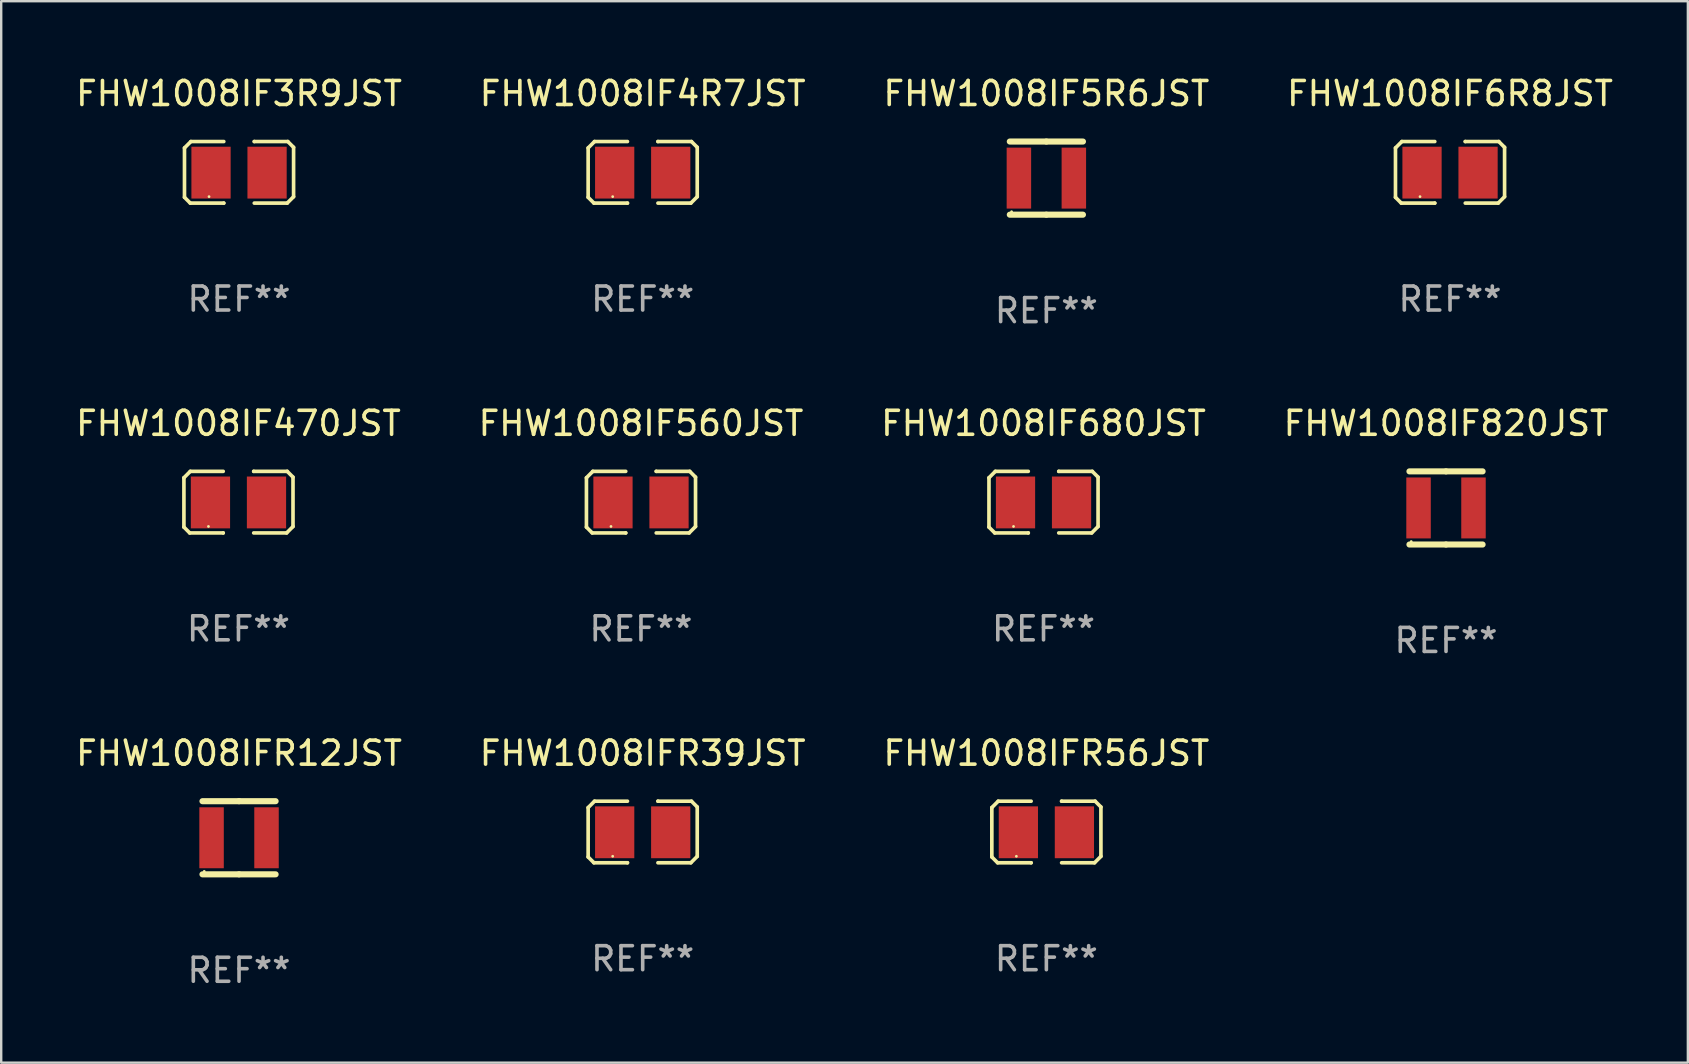
<source format=kicad_pcb>
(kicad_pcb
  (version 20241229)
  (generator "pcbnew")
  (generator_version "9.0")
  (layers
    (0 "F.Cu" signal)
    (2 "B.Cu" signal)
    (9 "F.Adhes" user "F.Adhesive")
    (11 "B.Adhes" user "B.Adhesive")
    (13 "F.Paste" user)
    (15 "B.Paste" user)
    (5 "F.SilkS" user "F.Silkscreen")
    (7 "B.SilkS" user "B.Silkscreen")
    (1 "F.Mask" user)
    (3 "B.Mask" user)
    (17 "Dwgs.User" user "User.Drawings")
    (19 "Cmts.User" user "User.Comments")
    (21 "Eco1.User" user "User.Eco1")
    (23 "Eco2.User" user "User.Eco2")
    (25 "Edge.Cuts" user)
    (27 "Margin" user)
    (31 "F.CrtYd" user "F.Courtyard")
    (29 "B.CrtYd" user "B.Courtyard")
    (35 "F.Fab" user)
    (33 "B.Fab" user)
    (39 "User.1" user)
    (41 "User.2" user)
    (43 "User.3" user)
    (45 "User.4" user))
  (footprint "FHW1008IF3R9JST"
    (layer "F.Cu")
    (at 6.911 4.131)
    (property "Reference" "FHW1008IF3R9JST" (at 0 -3.283 0) (layer "F.SilkS") (effects (font (size 1 1) (thickness 0.15))))
    (attr through_hole)
    (fp_line (start -2.273 -1.016) (end -2.007 -1.283) (stroke (width 0.152) (type solid)) (layer "F.SilkS"))
    (fp_line (start -2.273 1.041) (end -2.273 -1.016) (stroke (width 0.152) (type solid)) (layer "F.SilkS"))
    (fp_line (start -2.032 1.283) (end -2.273 1.041) (stroke (width 0.152) (type solid)) (layer "F.SilkS"))
    (fp_line (start -2.007 -1.283) (end -0.635 -1.283) (stroke (width 0.152) (type solid)) (layer "F.SilkS"))
    (fp_line (start -0.635 1.283) (end -2.032 1.283) (stroke (width 0.152) (type solid)) (layer "F.SilkS"))
    (fp_line (start -0.635 1.283) (end -0.635 1.283) (stroke (width 0.152) (type solid)) (layer "F.SilkS"))
    (fp_line (start 0.635 -1.283) (end 0.635 -1.283) (stroke (width 0.152) (type solid)) (layer "F.SilkS"))
    (fp_line (start 0.635 -1.283) (end 2.032 -1.283) (stroke (width 0.152) (type solid)) (layer "F.SilkS"))
    (fp_line (start 2.007 1.283) (end 0.635 1.283) (stroke (width 0.152) (type solid)) (layer "F.SilkS"))
    (fp_line (start 2.032 -1.283) (end 2.273 -1.041) (stroke (width 0.152) (type solid)) (layer "F.SilkS"))
    (fp_line (start 2.273 -1.041) (end 2.273 1.016) (stroke (width 0.152) (type solid)) (layer "F.SilkS"))
    (fp_line (start 2.273 1.016) (end 2.007 1.283) (stroke (width 0.152) (type solid)) (layer "F.SilkS"))
    (fp_circle (center -1.25 1.013) (end -1.22 1.013) (stroke (width 0.06) (type solid)) (fill no) (layer "F.SilkS"))
    (fp_text user "REF**" (at 0 5.283 0) (layer "F.Fab") (effects (font (size 1 1) (thickness 0.15))))
    (pad "1" smd rect (at -1.167 0.013) (size 1.635 2.16) (layers "F.Cu" "F.Mask" "F.Paste"))
    (pad "2" smd rect (at 1.168 0.013) (size 1.635 2.16) (layers "F.Cu" "F.Mask" "F.Paste")))
  (footprint "FHW1008IF4R7JST"
    (layer "F.Cu")
    (at 23.732 4.131)
    (property "Reference" "FHW1008IF4R7JST" (at 0 -3.283 0) (layer "F.SilkS") (effects (font (size 1 1) (thickness 0.15))))
    (attr through_hole)
    (fp_line (start -2.273 -1.016) (end -2.007 -1.283) (stroke (width 0.152) (type solid)) (layer "F.SilkS"))
    (fp_line (start -2.273 1.041) (end -2.273 -1.016) (stroke (width 0.152) (type solid)) (layer "F.SilkS"))
    (fp_line (start -2.032 1.283) (end -2.273 1.041) (stroke (width 0.152) (type solid)) (layer "F.SilkS"))
    (fp_line (start -2.007 -1.283) (end -0.635 -1.283) (stroke (width 0.152) (type solid)) (layer "F.SilkS"))
    (fp_line (start -0.635 1.283) (end -2.032 1.283) (stroke (width 0.152) (type solid)) (layer "F.SilkS"))
    (fp_line (start -0.635 1.283) (end -0.635 1.283) (stroke (width 0.152) (type solid)) (layer "F.SilkS"))
    (fp_line (start 0.635 -1.283) (end 0.635 -1.283) (stroke (width 0.152) (type solid)) (layer "F.SilkS"))
    (fp_line (start 0.635 -1.283) (end 2.032 -1.283) (stroke (width 0.152) (type solid)) (layer "F.SilkS"))
    (fp_line (start 2.007 1.283) (end 0.635 1.283) (stroke (width 0.152) (type solid)) (layer "F.SilkS"))
    (fp_line (start 2.032 -1.283) (end 2.273 -1.041) (stroke (width 0.152) (type solid)) (layer "F.SilkS"))
    (fp_line (start 2.273 -1.041) (end 2.273 1.016) (stroke (width 0.152) (type solid)) (layer "F.SilkS"))
    (fp_line (start 2.273 1.016) (end 2.007 1.283) (stroke (width 0.152) (type solid)) (layer "F.SilkS"))
    (fp_circle (center -1.25 1.013) (end -1.22 1.013) (stroke (width 0.06) (type solid)) (fill no) (layer "F.SilkS"))
    (fp_text user "REF**" (at 0 5.283 0) (layer "F.Fab") (effects (font (size 1 1) (thickness 0.15))))
    (pad "1" smd rect (at -1.167 0.013) (size 1.635 2.16) (layers "F.Cu" "F.Mask" "F.Paste"))
    (pad "2" smd rect (at 1.168 0.013) (size 1.635 2.16) (layers "F.Cu" "F.Mask" "F.Paste")))
  (footprint "FHW1008IF820JST"
    (layer "F.Cu")
    (at 57.208 18.117)
    (property "Reference" "FHW1008IF820JST" (at 0 -3.524 0) (layer "F.SilkS") (effects (font (size 1 1) (thickness 0.15))))
    (attr through_hole)
    (fp_line (start -1.524 -1.524) (end 0 -1.524) (stroke (width 0.254) (type solid)) (layer "F.SilkS"))
    (fp_line (start 0 -1.524) (end 1.524 -1.524) (stroke (width 0.254) (type solid)) (layer "F.SilkS"))
    (fp_line (start 0 1.524) (end -1.524 1.524) (stroke (width 0.254) (type solid)) (layer "F.SilkS"))
    (fp_line (start 1.524 1.524) (end 0 1.524) (stroke (width 0.254) (type solid)) (layer "F.SilkS"))
    (fp_circle (center -1.45 1.4) (end -1.42 1.4) (stroke (width 0.06) (type solid)) (fill no) (layer "F.SilkS"))
    (fp_text user "REF**" (at 0 5.524 0) (layer "F.Fab") (effects (font (size 1 1) (thickness 0.15))))
    (pad "1" smd rect (at -1.145 0) (size 1.02 2.54) (layers "F.Cu" "F.Mask" "F.Paste"))
    (pad "2" smd rect (at 1.145 0) (size 1.02 2.54) (layers "F.Cu" "F.Mask" "F.Paste")))
  (footprint "FHW1008IF560JST"
    (layer "F.Cu")
    (at 23.661 17.875)
    (property "Reference" "FHW1008IF560JST" (at 0 -3.283 0) (layer "F.SilkS") (effects (font (size 1 1) (thickness 0.15))))
    (attr through_hole)
    (fp_line (start -2.273 -1.016) (end -2.007 -1.283) (stroke (width 0.152) (type solid)) (layer "F.SilkS"))
    (fp_line (start -2.273 1.041) (end -2.273 -1.016) (stroke (width 0.152) (type solid)) (layer "F.SilkS"))
    (fp_line (start -2.032 1.283) (end -2.273 1.041) (stroke (width 0.152) (type solid)) (layer "F.SilkS"))
    (fp_line (start -2.007 -1.283) (end -0.635 -1.283) (stroke (width 0.152) (type solid)) (layer "F.SilkS"))
    (fp_line (start -0.635 1.283) (end -2.032 1.283) (stroke (width 0.152) (type solid)) (layer "F.SilkS"))
    (fp_line (start -0.635 1.283) (end -0.635 1.283) (stroke (width 0.152) (type solid)) (layer "F.SilkS"))
    (fp_line (start 0.635 -1.283) (end 0.635 -1.283) (stroke (width 0.152) (type solid)) (layer "F.SilkS"))
    (fp_line (start 0.635 -1.283) (end 2.032 -1.283) (stroke (width 0.152) (type solid)) (layer "F.SilkS"))
    (fp_line (start 2.007 1.283) (end 0.635 1.283) (stroke (width 0.152) (type solid)) (layer "F.SilkS"))
    (fp_line (start 2.032 -1.283) (end 2.273 -1.041) (stroke (width 0.152) (type solid)) (layer "F.SilkS"))
    (fp_line (start 2.273 -1.041) (end 2.273 1.016) (stroke (width 0.152) (type solid)) (layer "F.SilkS"))
    (fp_line (start 2.273 1.016) (end 2.007 1.283) (stroke (width 0.152) (type solid)) (layer "F.SilkS"))
    (fp_circle (center -1.25 1.013) (end -1.22 1.013) (stroke (width 0.06) (type solid)) (fill no) (layer "F.SilkS"))
    (fp_text user "REF**" (at 0 5.283 0) (layer "F.Fab") (effects (font (size 1 1) (thickness 0.15))))
    (pad "1" smd rect (at -1.167 0.013) (size 1.635 2.16) (layers "F.Cu" "F.Mask" "F.Paste"))
    (pad "2" smd rect (at 1.168 0.013) (size 1.635 2.16) (layers "F.Cu" "F.Mask" "F.Paste")))
  (footprint "FHW1008IF6R8JST"
    (layer "F.Cu")
    (at 57.375 4.131)
    (property "Reference" "FHW1008IF6R8JST" (at 0 -3.283 0) (layer "F.SilkS") (effects (font (size 1 1) (thickness 0.15))))
    (attr through_hole)
    (fp_line (start -2.273 -1.016) (end -2.007 -1.283) (stroke (width 0.152) (type solid)) (layer "F.SilkS"))
    (fp_line (start -2.273 1.041) (end -2.273 -1.016) (stroke (width 0.152) (type solid)) (layer "F.SilkS"))
    (fp_line (start -2.032 1.283) (end -2.273 1.041) (stroke (width 0.152) (type solid)) (layer "F.SilkS"))
    (fp_line (start -2.007 -1.283) (end -0.635 -1.283) (stroke (width 0.152) (type solid)) (layer "F.SilkS"))
    (fp_line (start -0.635 1.283) (end -2.032 1.283) (stroke (width 0.152) (type solid)) (layer "F.SilkS"))
    (fp_line (start -0.635 1.283) (end -0.635 1.283) (stroke (width 0.152) (type solid)) (layer "F.SilkS"))
    (fp_line (start 0.635 -1.283) (end 0.635 -1.283) (stroke (width 0.152) (type solid)) (layer "F.SilkS"))
    (fp_line (start 0.635 -1.283) (end 2.032 -1.283) (stroke (width 0.152) (type solid)) (layer "F.SilkS"))
    (fp_line (start 2.007 1.283) (end 0.635 1.283) (stroke (width 0.152) (type solid)) (layer "F.SilkS"))
    (fp_line (start 2.032 -1.283) (end 2.273 -1.041) (stroke (width 0.152) (type solid)) (layer "F.SilkS"))
    (fp_line (start 2.273 -1.041) (end 2.273 1.016) (stroke (width 0.152) (type solid)) (layer "F.SilkS"))
    (fp_line (start 2.273 1.016) (end 2.007 1.283) (stroke (width 0.152) (type solid)) (layer "F.SilkS"))
    (fp_circle (center -1.25 1.013) (end -1.22 1.013) (stroke (width 0.06) (type solid)) (fill no) (layer "F.SilkS"))
    (fp_text user "REF**" (at 0 5.283 0) (layer "F.Fab") (effects (font (size 1 1) (thickness 0.15))))
    (pad "1" smd rect (at -1.167 0.013) (size 1.635 2.16) (layers "F.Cu" "F.Mask" "F.Paste"))
    (pad "2" smd rect (at 1.168 0.013) (size 1.635 2.16) (layers "F.Cu" "F.Mask" "F.Paste")))
  (footprint "FHW1008IF5R6JST"
    (layer "F.Cu")
    (at 40.554 4.372)
    (property "Reference" "FHW1008IF5R6JST" (at 0 -3.524 0) (layer "F.SilkS") (effects (font (size 1 1) (thickness 0.15))))
    (attr through_hole)
    (fp_line (start -1.524 -1.524) (end 0 -1.524) (stroke (width 0.254) (type solid)) (layer "F.SilkS"))
    (fp_line (start 0 -1.524) (end 1.524 -1.524) (stroke (width 0.254) (type solid)) (layer "F.SilkS"))
    (fp_line (start 0 1.524) (end -1.524 1.524) (stroke (width 0.254) (type solid)) (layer "F.SilkS"))
    (fp_line (start 1.524 1.524) (end 0 1.524) (stroke (width 0.254) (type solid)) (layer "F.SilkS"))
    (fp_circle (center -1.45 1.4) (end -1.42 1.4) (stroke (width 0.06) (type solid)) (fill no) (layer "F.SilkS"))
    (fp_text user "REF**" (at 0 5.524 0) (layer "F.Fab") (effects (font (size 1 1) (thickness 0.15))))
    (pad "1" smd rect (at -1.145 0) (size 1.02 2.54) (layers "F.Cu" "F.Mask" "F.Paste"))
    (pad "2" smd rect (at 1.145 0) (size 1.02 2.54) (layers "F.Cu" "F.Mask" "F.Paste")))
  (footprint "FHW1008IFR39JST"
    (layer "F.Cu")
    (at 23.732 31.62)
    (property "Reference" "FHW1008IFR39JST" (at 0 -3.283 0) (layer "F.SilkS") (effects (font (size 1 1) (thickness 0.15))))
    (attr through_hole)
    (fp_line (start -2.273 -1.016) (end -2.007 -1.283) (stroke (width 0.152) (type solid)) (layer "F.SilkS"))
    (fp_line (start -2.273 1.041) (end -2.273 -1.016) (stroke (width 0.152) (type solid)) (layer "F.SilkS"))
    (fp_line (start -2.032 1.283) (end -2.273 1.041) (stroke (width 0.152) (type solid)) (layer "F.SilkS"))
    (fp_line (start -2.007 -1.283) (end -0.635 -1.283) (stroke (width 0.152) (type solid)) (layer "F.SilkS"))
    (fp_line (start -0.635 1.283) (end -2.032 1.283) (stroke (width 0.152) (type solid)) (layer "F.SilkS"))
    (fp_line (start -0.635 1.283) (end -0.635 1.283) (stroke (width 0.152) (type solid)) (layer "F.SilkS"))
    (fp_line (start 0.635 -1.283) (end 0.635 -1.283) (stroke (width 0.152) (type solid)) (layer "F.SilkS"))
    (fp_line (start 0.635 -1.283) (end 2.032 -1.283) (stroke (width 0.152) (type solid)) (layer "F.SilkS"))
    (fp_line (start 2.007 1.283) (end 0.635 1.283) (stroke (width 0.152) (type solid)) (layer "F.SilkS"))
    (fp_line (start 2.032 -1.283) (end 2.273 -1.041) (stroke (width 0.152) (type solid)) (layer "F.SilkS"))
    (fp_line (start 2.273 -1.041) (end 2.273 1.016) (stroke (width 0.152) (type solid)) (layer "F.SilkS"))
    (fp_line (start 2.273 1.016) (end 2.007 1.283) (stroke (width 0.152) (type solid)) (layer "F.SilkS"))
    (fp_circle (center -1.25 1.013) (end -1.22 1.013) (stroke (width 0.06) (type solid)) (fill no) (layer "F.SilkS"))
    (fp_text user "REF**" (at 0 5.283 0) (layer "F.Fab") (effects (font (size 1 1) (thickness 0.15))))
    (pad "1" smd rect (at -1.167 0.013) (size 1.635 2.16) (layers "F.Cu" "F.Mask" "F.Paste"))
    (pad "2" smd rect (at 1.168 0.013) (size 1.635 2.16) (layers "F.Cu" "F.Mask" "F.Paste")))
  (footprint "FHW1008IFR12JST"
    (layer "F.Cu")
    (at 6.911 31.861)
    (property "Reference" "FHW1008IFR12JST" (at 0 -3.524 0) (layer "F.SilkS") (effects (font (size 1 1) (thickness 0.15))))
    (attr through_hole)
    (fp_line (start -1.524 -1.524) (end 0 -1.524) (stroke (width 0.254) (type solid)) (layer "F.SilkS"))
    (fp_line (start 0 -1.524) (end 1.524 -1.524) (stroke (width 0.254) (type solid)) (layer "F.SilkS"))
    (fp_line (start 0 1.524) (end -1.524 1.524) (stroke (width 0.254) (type solid)) (layer "F.SilkS"))
    (fp_line (start 1.524 1.524) (end 0 1.524) (stroke (width 0.254) (type solid)) (layer "F.SilkS"))
    (fp_circle (center -1.45 1.4) (end -1.42 1.4) (stroke (width 0.06) (type solid)) (fill no) (layer "F.SilkS"))
    (fp_text user "REF**" (at 0 5.524 0) (layer "F.Fab") (effects (font (size 1 1) (thickness 0.15))))
    (pad "1" smd rect (at -1.145 0) (size 1.02 2.54) (layers "F.Cu" "F.Mask" "F.Paste"))
    (pad "2" smd rect (at 1.145 0) (size 1.02 2.54) (layers "F.Cu" "F.Mask" "F.Paste")))
  (footprint "FHW1008IF680JST"
    (layer "F.Cu")
    (at 40.435 17.875)
    (property "Reference" "FHW1008IF680JST" (at 0 -3.283 0) (layer "F.SilkS") (effects (font (size 1 1) (thickness 0.15))))
    (attr through_hole)
    (fp_line (start -2.273 -1.016) (end -2.007 -1.283) (stroke (width 0.152) (type solid)) (layer "F.SilkS"))
    (fp_line (start -2.273 1.041) (end -2.273 -1.016) (stroke (width 0.152) (type solid)) (layer "F.SilkS"))
    (fp_line (start -2.032 1.283) (end -2.273 1.041) (stroke (width 0.152) (type solid)) (layer "F.SilkS"))
    (fp_line (start -2.007 -1.283) (end -0.635 -1.283) (stroke (width 0.152) (type solid)) (layer "F.SilkS"))
    (fp_line (start -0.635 1.283) (end -2.032 1.283) (stroke (width 0.152) (type solid)) (layer "F.SilkS"))
    (fp_line (start -0.635 1.283) (end -0.635 1.283) (stroke (width 0.152) (type solid)) (layer "F.SilkS"))
    (fp_line (start 0.635 -1.283) (end 0.635 -1.283) (stroke (width 0.152) (type solid)) (layer "F.SilkS"))
    (fp_line (start 0.635 -1.283) (end 2.032 -1.283) (stroke (width 0.152) (type solid)) (layer "F.SilkS"))
    (fp_line (start 2.007 1.283) (end 0.635 1.283) (stroke (width 0.152) (type solid)) (layer "F.SilkS"))
    (fp_line (start 2.032 -1.283) (end 2.273 -1.041) (stroke (width 0.152) (type solid)) (layer "F.SilkS"))
    (fp_line (start 2.273 -1.041) (end 2.273 1.016) (stroke (width 0.152) (type solid)) (layer "F.SilkS"))
    (fp_line (start 2.273 1.016) (end 2.007 1.283) (stroke (width 0.152) (type solid)) (layer "F.SilkS"))
    (fp_circle (center -1.25 1.013) (end -1.22 1.013) (stroke (width 0.06) (type solid)) (fill no) (layer "F.SilkS"))
    (fp_text user "REF**" (at 0 5.283 0) (layer "F.Fab") (effects (font (size 1 1) (thickness 0.15))))
    (pad "1" smd rect (at -1.167 0.013) (size 1.635 2.16) (layers "F.Cu" "F.Mask" "F.Paste"))
    (pad "2" smd rect (at 1.168 0.013) (size 1.635 2.16) (layers "F.Cu" "F.Mask" "F.Paste")))
  (footprint "FHW1008IFR56JST"
    (layer "F.Cu")
    (at 40.554 31.62)
    (property "Reference" "FHW1008IFR56JST" (at 0 -3.283 0) (layer "F.SilkS") (effects (font (size 1 1) (thickness 0.15))))
    (attr through_hole)
    (fp_line (start -2.273 -1.016) (end -2.007 -1.283) (stroke (width 0.152) (type solid)) (layer "F.SilkS"))
    (fp_line (start -2.273 1.041) (end -2.273 -1.016) (stroke (width 0.152) (type solid)) (layer "F.SilkS"))
    (fp_line (start -2.032 1.283) (end -2.273 1.041) (stroke (width 0.152) (type solid)) (layer "F.SilkS"))
    (fp_line (start -2.007 -1.283) (end -0.635 -1.283) (stroke (width 0.152) (type solid)) (layer "F.SilkS"))
    (fp_line (start -0.635 1.283) (end -2.032 1.283) (stroke (width 0.152) (type solid)) (layer "F.SilkS"))
    (fp_line (start -0.635 1.283) (end -0.635 1.283) (stroke (width 0.152) (type solid)) (layer "F.SilkS"))
    (fp_line (start 0.635 -1.283) (end 0.635 -1.283) (stroke (width 0.152) (type solid)) (layer "F.SilkS"))
    (fp_line (start 0.635 -1.283) (end 2.032 -1.283) (stroke (width 0.152) (type solid)) (layer "F.SilkS"))
    (fp_line (start 2.007 1.283) (end 0.635 1.283) (stroke (width 0.152) (type solid)) (layer "F.SilkS"))
    (fp_line (start 2.032 -1.283) (end 2.273 -1.041) (stroke (width 0.152) (type solid)) (layer "F.SilkS"))
    (fp_line (start 2.273 -1.041) (end 2.273 1.016) (stroke (width 0.152) (type solid)) (layer "F.SilkS"))
    (fp_line (start 2.273 1.016) (end 2.007 1.283) (stroke (width 0.152) (type solid)) (layer "F.SilkS"))
    (fp_circle (center -1.25 1.013) (end -1.22 1.013) (stroke (width 0.06) (type solid)) (fill no) (layer "F.SilkS"))
    (fp_text user "REF**" (at 0 5.283 0) (layer "F.Fab") (effects (font (size 1 1) (thickness 0.15))))
    (pad "1" smd rect (at -1.167 0.013) (size 1.635 2.16) (layers "F.Cu" "F.Mask" "F.Paste"))
    (pad "2" smd rect (at 1.168 0.013) (size 1.635 2.16) (layers "F.Cu" "F.Mask" "F.Paste")))
  (footprint "FHW1008IF470JST"
    (layer "F.Cu")
    (at 6.887 17.875)
    (property "Reference" "FHW1008IF470JST" (at 0 -3.283 0) (layer "F.SilkS") (effects (font (size 1 1) (thickness 0.15))))
    (attr through_hole)
    (fp_line (start -2.273 -1.016) (end -2.007 -1.283) (stroke (width 0.152) (type solid)) (layer "F.SilkS"))
    (fp_line (start -2.273 1.041) (end -2.273 -1.016) (stroke (width 0.152) (type solid)) (layer "F.SilkS"))
    (fp_line (start -2.032 1.283) (end -2.273 1.041) (stroke (width 0.152) (type solid)) (layer "F.SilkS"))
    (fp_line (start -2.007 -1.283) (end -0.635 -1.283) (stroke (width 0.152) (type solid)) (layer "F.SilkS"))
    (fp_line (start -0.635 1.283) (end -2.032 1.283) (stroke (width 0.152) (type solid)) (layer "F.SilkS"))
    (fp_line (start -0.635 1.283) (end -0.635 1.283) (stroke (width 0.152) (type solid)) (layer "F.SilkS"))
    (fp_line (start 0.635 -1.283) (end 0.635 -1.283) (stroke (width 0.152) (type solid)) (layer "F.SilkS"))
    (fp_line (start 0.635 -1.283) (end 2.032 -1.283) (stroke (width 0.152) (type solid)) (layer "F.SilkS"))
    (fp_line (start 2.007 1.283) (end 0.635 1.283) (stroke (width 0.152) (type solid)) (layer "F.SilkS"))
    (fp_line (start 2.032 -1.283) (end 2.273 -1.041) (stroke (width 0.152) (type solid)) (layer "F.SilkS"))
    (fp_line (start 2.273 -1.041) (end 2.273 1.016) (stroke (width 0.152) (type solid)) (layer "F.SilkS"))
    (fp_line (start 2.273 1.016) (end 2.007 1.283) (stroke (width 0.152) (type solid)) (layer "F.SilkS"))
    (fp_circle (center -1.25 1.013) (end -1.22 1.013) (stroke (width 0.06) (type solid)) (fill no) (layer "F.SilkS"))
    (fp_text user "REF**" (at 0 5.283 0) (layer "F.Fab") (effects (font (size 1 1) (thickness 0.15))))
    (pad "1" smd rect (at -1.167 0.013) (size 1.635 2.16) (layers "F.Cu" "F.Mask" "F.Paste"))
    (pad "2" smd rect (at 1.168 0.013) (size 1.635 2.16) (layers "F.Cu" "F.Mask" "F.Paste")))
  (gr_rect
    (start -3 -3)
    (end 67.286 41.234)
    (stroke (width 0.1) (type default))
    (fill no)
    (layer "Edge.Cuts")))
</source>
